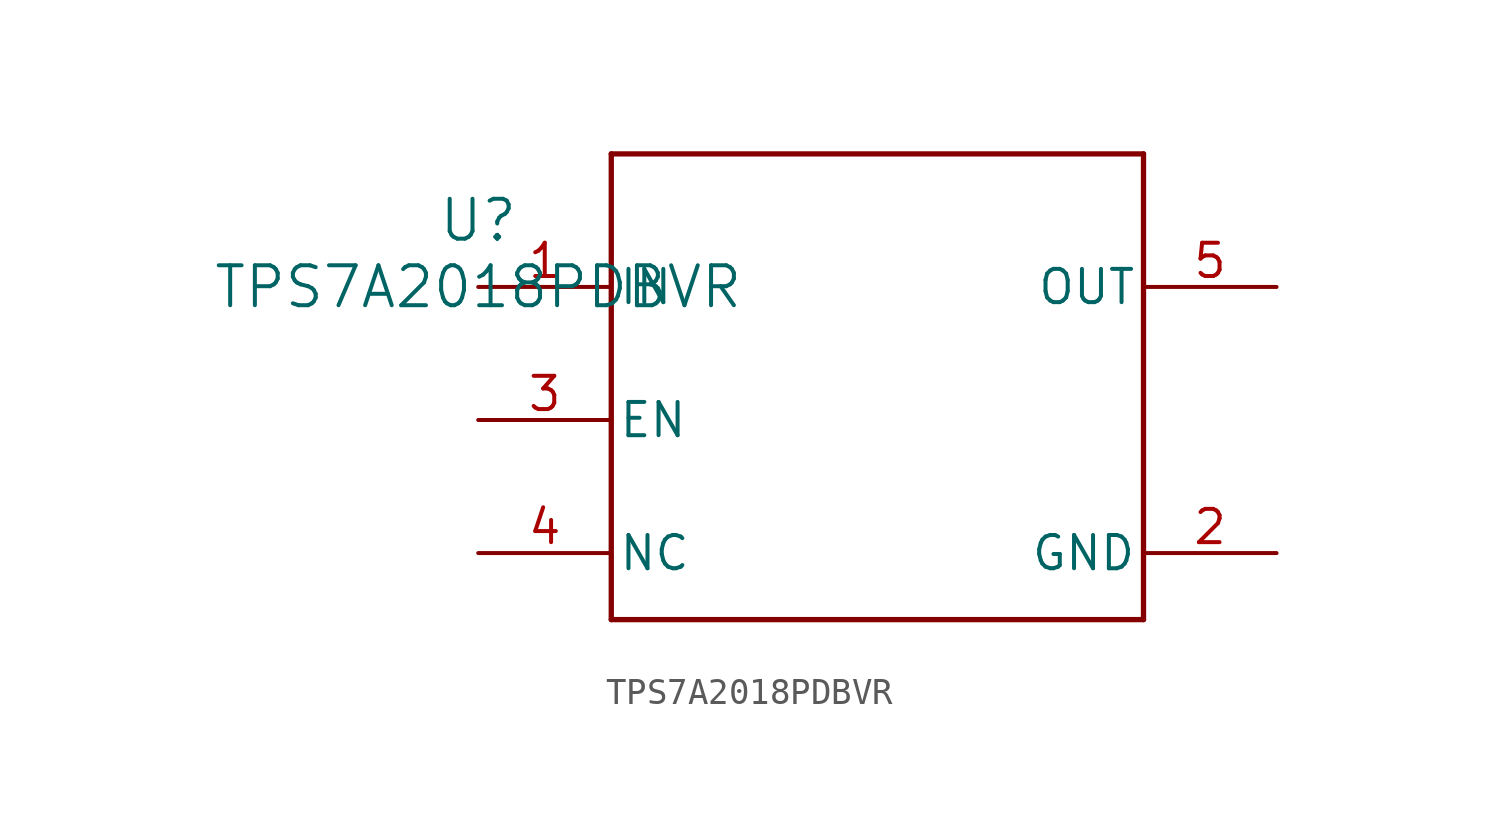
<source format=kicad_sym>
(kicad_symbol_lib
  (version 20211014)
  (generator kicad_symbol_editor)
  (symbol "TPS7A2018PDBVR"
    (pin_names
      (offset 0.254))
    (property "Reference" "U"
      (at 0 2.54 0)
      (effects (font (size 1.524 1.524))))
    (property "Value" "TPS7A2018PDBVR"
      (at 0 0 0)
      (effects (font (size 1.524 1.524))))
    (symbol "TPS7A2018PDBVR_0_1"
      (polyline (pts (xy 5.08 -12.7) (xy 25.4 -12.7)) (stroke (width 0.203) (type default) (color 0 0 0 0)) (fill (type none)))
      (polyline (pts (xy 25.4 -12.7) (xy 25.4 5.08)) (stroke (width 0.203) (type default) (color 0 0 0 0)) (fill (type none)))
      (polyline (pts (xy 25.4 5.08) (xy 5.08 5.08)) (stroke (width 0.203) (type default) (color 0 0 0 0)) (fill (type none)))
      (polyline (pts (xy 5.08 5.08) (xy 5.08 -12.7)) (stroke (width 0.203) (type default) (color 0 0 0 0)) (fill (type none)))
      (pin power_in line (at 0 0 0) (length 5.08) (name "IN" (effects (font (size 1.27 1.27)))) (number "1" (effects (font (size 1.27 1.27)))))
      (pin power_in line (at 30.48 -10.16 180) (length 5.08) (name "GND" (effects (font (size 1.27 1.27)))) (number "2" (effects (font (size 1.27 1.27)))))
      (pin input line (at 0 -5.08 0) (length 5.08) (name "EN" (effects (font (size 1.27 1.27)))) (number "3" (effects (font (size 1.27 1.27)))))
      (pin unspecified line (at 0 -10.16 0) (length 5.08) (name "NC" (effects (font (size 1.27 1.27)))) (number "4" (effects (font (size 1.27 1.27)))))
      (pin unspecified line (at 30.48 0 180) (length 5.08) (name "OUT" (effects (font (size 1.27 1.27)))) (number "5" (effects (font (size 1.27 1.27))))))))
</source>
